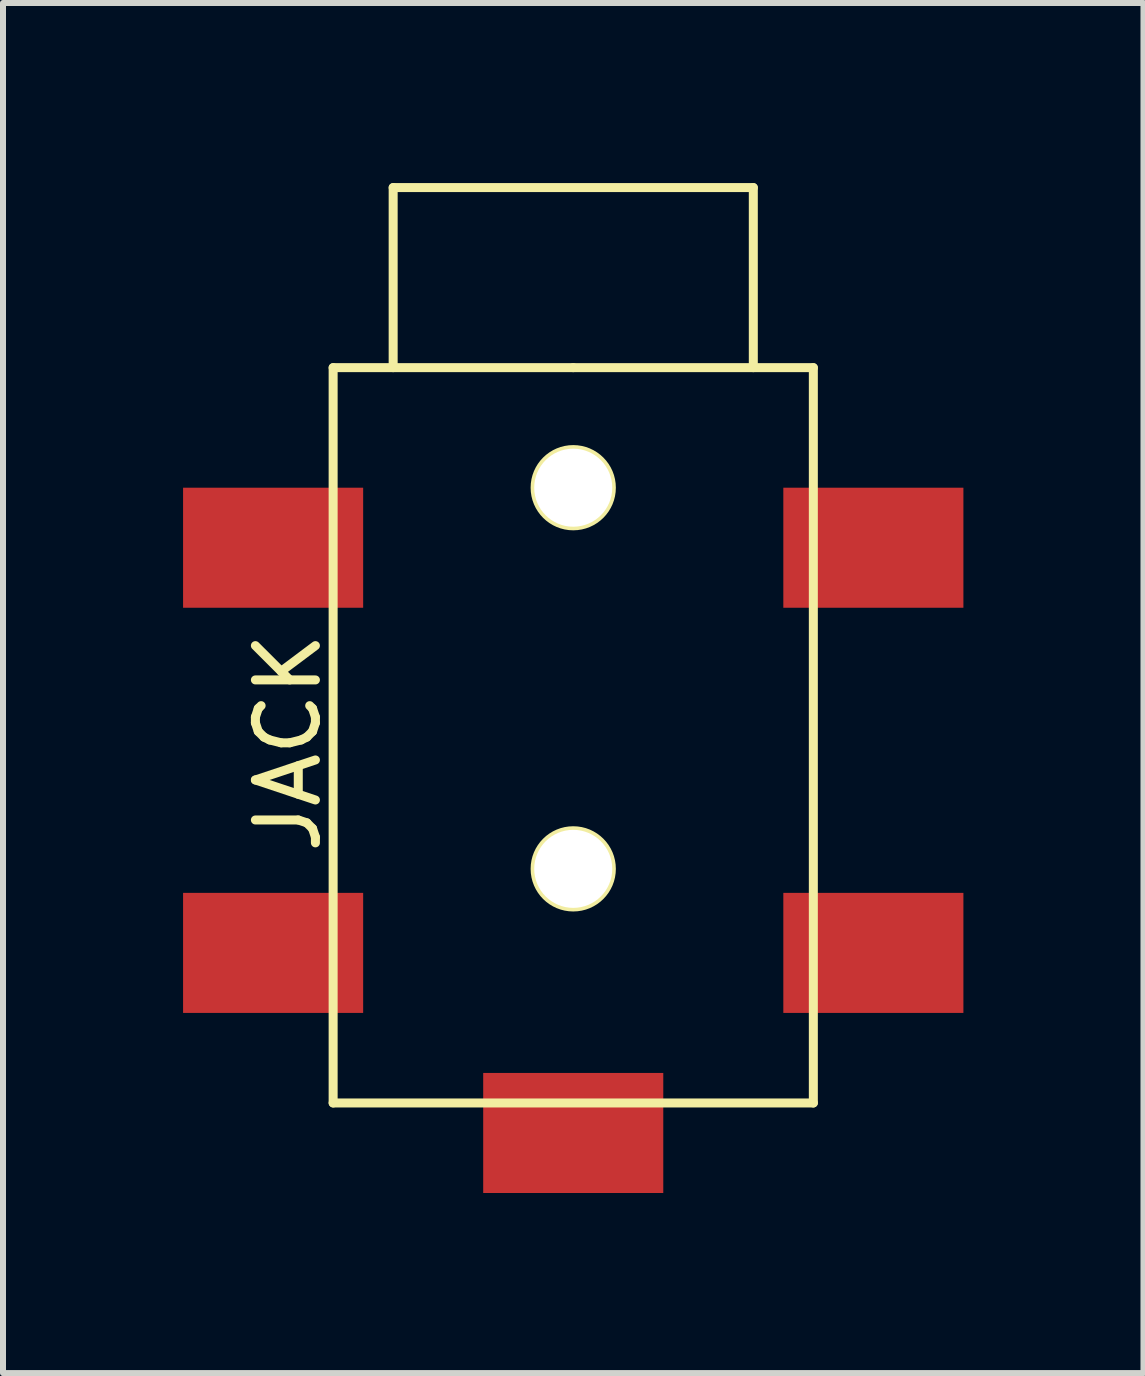
<source format=kicad_pcb>
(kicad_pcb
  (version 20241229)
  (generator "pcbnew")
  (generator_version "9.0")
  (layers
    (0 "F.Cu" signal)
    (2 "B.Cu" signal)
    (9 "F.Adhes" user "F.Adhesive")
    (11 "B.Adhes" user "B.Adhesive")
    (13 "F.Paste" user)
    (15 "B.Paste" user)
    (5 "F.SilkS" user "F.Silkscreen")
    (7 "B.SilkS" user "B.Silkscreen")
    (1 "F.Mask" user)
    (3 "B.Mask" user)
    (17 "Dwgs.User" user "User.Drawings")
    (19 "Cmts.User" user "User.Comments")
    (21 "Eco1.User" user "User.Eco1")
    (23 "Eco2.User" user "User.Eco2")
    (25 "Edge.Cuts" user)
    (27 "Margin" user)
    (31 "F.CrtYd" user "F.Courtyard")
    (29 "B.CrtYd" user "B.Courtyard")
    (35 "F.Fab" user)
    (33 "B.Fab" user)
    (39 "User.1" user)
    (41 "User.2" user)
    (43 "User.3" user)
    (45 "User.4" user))
  (footprint "JACK"
    (layer "F.Cu")
    (at 6.5 5.075)
    (property "Reference" "JACK" (at -4.75 4.25 90) (layer "F.SilkS") (effects (font (size 1 1) (thickness 0.15))))
    (attr through_hole)
    (fp_line (start -4 -2) (end -4 10.25) (stroke (width 0.15) (type solid)) (layer "F.SilkS"))
    (fp_line (start -4 10.25) (end 4 10.25) (stroke (width 0.15) (type solid)) (layer "F.SilkS"))
    (fp_line (start -3 -5) (end 3 -5) (stroke (width 0.15) (type solid)) (layer "F.SilkS"))
    (fp_line (start -3 -2) (end -3 -5) (stroke (width 0.15) (type solid)) (layer "F.SilkS"))
    (fp_line (start 0 -2) (end -4 -2) (stroke (width 0.15) (type solid)) (layer "F.SilkS"))
    (fp_line (start 3 -5) (end 3 -2) (stroke (width 0.15) (type solid)) (layer "F.SilkS"))
    (fp_line (start 4 -2) (end 0 -2) (stroke (width 0.15) (type solid)) (layer "F.SilkS"))
    (fp_line (start 4 10.25) (end 4 -2) (stroke (width 0.15) (type solid)) (layer "F.SilkS"))
    (fp_circle (center 0 0) (end 0.635 0) (stroke (width 0.15) (type solid)) (fill no) (layer "F.SilkS"))
    (fp_circle (center 0 6.35) (end 0.635 6.35) (stroke (width 0.15) (type solid)) (fill no) (layer "F.SilkS"))
    (pad "" np_thru_hole circle (at 0 0) (size 1.3 1.3) (drill 1.3) (layers "*.Cu" "*.Mask"))
    (pad "" np_thru_hole circle (at 0 6.35) (size 1.3 1.3) (drill 1.3) (layers "*.Cu" "*.Mask"))
    (pad "1" smd rect (at -5 7.75) (size 3 2) (layers "F.Cu" "F.Mask" "F.Paste"))
    (pad "2" smd rect (at 0 10.75) (size 3 2) (layers "F.Cu" "F.Mask" "F.Paste"))
    (pad "3" smd rect (at 5 7.75) (size 3 2) (layers "F.Cu" "F.Mask" "F.Paste"))
    (pad "4" smd rect (at -5 1) (size 3 2) (layers "F.Cu" "F.Mask" "F.Paste"))
    (pad "5" smd rect (at 5 1) (size 3 2) (layers "F.Cu" "F.Mask" "F.Paste")))
  (gr_rect
    (start -3 -3)
    (end 16 19.825)
    (stroke (width 0.1) (type default))
    (fill no)
    (layer "Edge.Cuts")))
</source>
